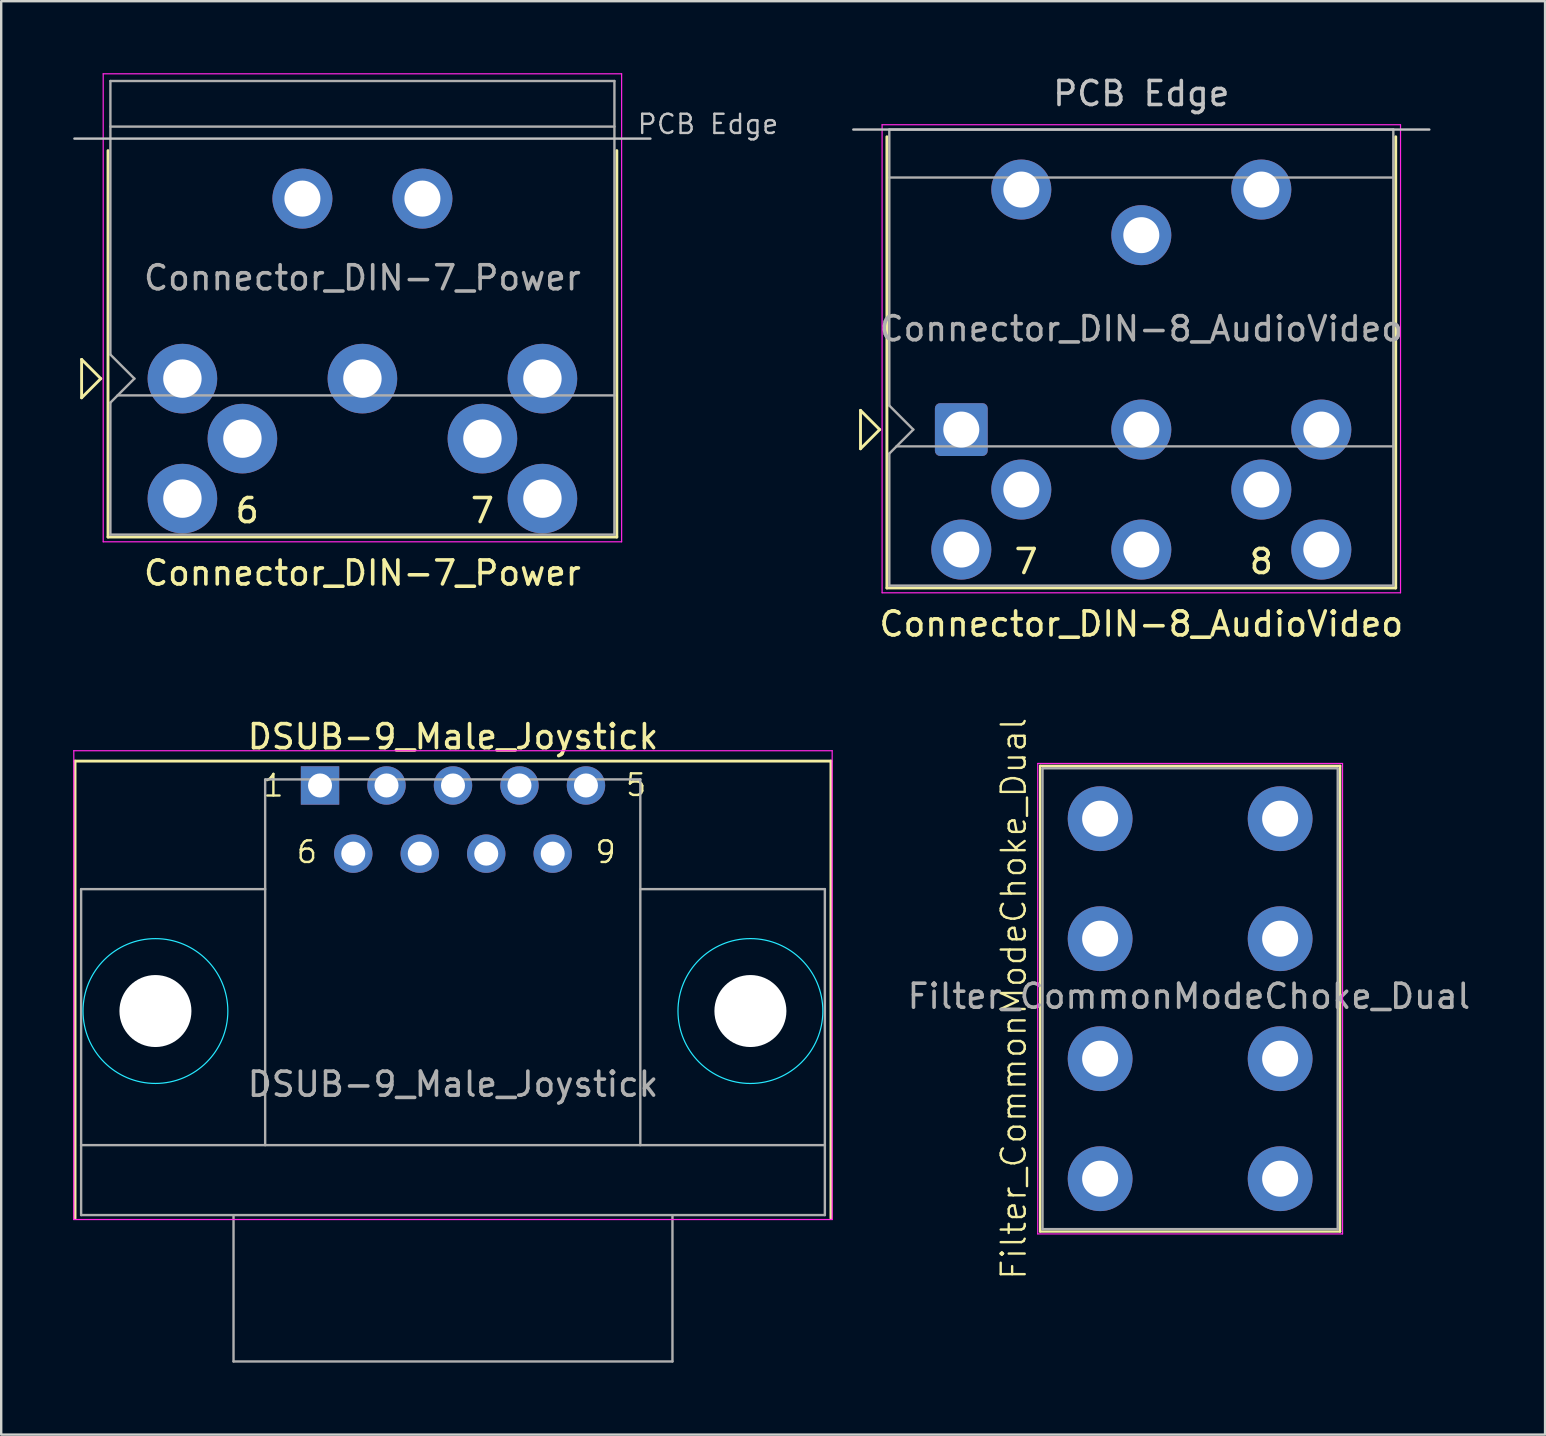
<source format=kicad_pcb>
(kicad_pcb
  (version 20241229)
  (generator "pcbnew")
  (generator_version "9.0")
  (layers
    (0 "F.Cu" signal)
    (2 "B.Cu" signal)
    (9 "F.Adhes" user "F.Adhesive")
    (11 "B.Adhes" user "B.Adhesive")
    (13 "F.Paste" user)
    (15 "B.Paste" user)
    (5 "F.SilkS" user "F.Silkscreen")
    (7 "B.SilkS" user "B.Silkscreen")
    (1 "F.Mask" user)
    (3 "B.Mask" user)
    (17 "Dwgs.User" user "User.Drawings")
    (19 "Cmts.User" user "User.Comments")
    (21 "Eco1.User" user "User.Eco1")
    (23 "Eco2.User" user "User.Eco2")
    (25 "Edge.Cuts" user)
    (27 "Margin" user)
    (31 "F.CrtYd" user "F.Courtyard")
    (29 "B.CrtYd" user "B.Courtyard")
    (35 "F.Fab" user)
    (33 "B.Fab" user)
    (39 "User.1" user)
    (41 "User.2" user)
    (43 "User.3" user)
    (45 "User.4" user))
  (footprint "Connector_DIN-8_AudioVideo"
    (layer "F.Cu")
    (at 37.003 14.848)
    (property "Reference" "Connector_DIN-8_AudioVideo" (at 7.5 8.1 180) (layer "F.SilkS") (effects (font (size 1 1) (thickness 0.15))))
    (attr through_hole)
    (fp_line (start -4.2 -0.8) (end -3.4 0) (stroke (width 0.12) (type solid)) (layer "F.SilkS"))
    (fp_line (start -4.2 0.8) (end -4.2 -0.8) (stroke (width 0.12) (type solid)) (layer "F.SilkS"))
    (fp_line (start -3.4 0) (end -4.2 0.8) (stroke (width 0.12) (type solid)) (layer "F.SilkS"))
    (fp_line (start -3.1 -12.2) (end -3.1 6.6) (stroke (width 0.12) (type solid)) (layer "F.SilkS"))
    (fp_line (start -3.1 6.6) (end 18.1 6.6) (stroke (width 0.12) (type solid)) (layer "F.SilkS"))
    (fp_line (start 18.1 6.6) (end 18.1 -12.2) (stroke (width 0.12) (type solid)) (layer "F.SilkS"))
    (fp_line (start -4.5 -12.5) (end 19.5 -12.5) (stroke (width 0.1) (type solid)) (layer "Dwgs.User"))
    (fp_line (start -3.3 -12.7) (end -3.3 6.8) (stroke (width 0.05) (type solid)) (layer "F.CrtYd"))
    (fp_line (start -3.3 6.8) (end 18.3 6.8) (stroke (width 0.05) (type solid)) (layer "F.CrtYd"))
    (fp_line (start 18.3 -12.7) (end -3.3 -12.7) (stroke (width 0.05) (type solid)) (layer "F.CrtYd"))
    (fp_line (start 18.3 6.8) (end 18.3 -12.7) (stroke (width 0.05) (type solid)) (layer "F.CrtYd"))
    (fp_line (start -3 -12.5) (end -3 -1) (stroke (width 0.1) (type solid)) (layer "F.Fab"))
    (fp_line (start -3 -12.5) (end 18 -12.5) (stroke (width 0.1) (type solid)) (layer "F.Fab"))
    (fp_line (start -3 -10.5) (end 18 -10.5) (stroke (width 0.1) (type solid)) (layer "F.Fab"))
    (fp_line (start -3 1) (end -3 6.5) (stroke (width 0.1) (type solid)) (layer "F.Fab"))
    (fp_line (start -3 6.5) (end 18 6.5) (stroke (width 0.1) (type solid)) (layer "F.Fab"))
    (fp_line (start -2 0) (end -3 -1) (stroke (width 0.1) (type solid)) (layer "F.Fab"))
    (fp_line (start -2 0) (end -3 1) (stroke (width 0.1) (type solid)) (layer "F.Fab"))
    (fp_line (start 18 -12.5) (end 18 6.5) (stroke (width 0.1) (type solid)) (layer "F.Fab"))
    (fp_line (start 18 0.7) (end -2.7 0.7) (stroke (width 0.1) (type solid)) (layer "F.Fab"))
    (fp_text user "8" (at 12.5 5.5 0) (layer "F.SilkS") (effects (font (size 1 1) (thickness 0.15))))
    (fp_text user "7" (at 2.7 5.5 0) (layer "F.SilkS") (effects (font (size 1 1) (thickness 0.15))))
    (fp_text user "PCB Edge" (at 7.5 -14 0) (layer "Dwgs.User") (effects (font (size 1 1) (thickness 0.15))))
    (fp_text user "${REFERENCE}" (at 7.5 -4.2 180) (layer "F.Fab") (effects (font (size 1 1) (thickness 0.15))))
    (pad "0" thru_hole circle (at 2.5 -10) (size 2.5 2.5) (drill 1.5) (layers "*.Cu" "*.Mask"))
    (pad "0" thru_hole circle (at 7.5 -8.1) (size 2.5 2.5) (drill 1.5) (layers "*.Cu" "*.Mask"))
    (pad "0" thru_hole circle (at 12.5 -10) (size 2.5 2.5) (drill 1.5) (layers "*.Cu" "*.Mask"))
    (pad "1" thru_hole roundrect (at 0 0) (size 2.2 2.2) (drill 1.5) (layers "*.Cu" "*.Mask") (roundrect_rratio 0.1))
    (pad "2" thru_hole circle (at 7.5 0) (size 2.5 2.5) (drill 1.5) (layers "*.Cu" "*.Mask"))
    (pad "3" thru_hole circle (at 15 0) (size 2.5 2.5) (drill 1.5) (layers "*.Cu" "*.Mask"))
    (pad "4" thru_hole circle (at 2.5 2.5) (size 2.5 2.5) (drill 1.5) (layers "*.Cu" "*.Mask"))
    (pad "5" thru_hole circle (at 12.5 2.5) (size 2.5 2.5) (drill 1.5) (layers "*.Cu" "*.Mask"))
    (pad "6" thru_hole circle (at 7.5 5) (size 2.5 2.5) (drill 1.5) (layers "*.Cu" "*.Mask"))
    (pad "7" thru_hole circle (at 0 5) (size 2.5 2.5) (drill 1.5) (layers "*.Cu" "*.Mask"))
    (pad "8" thru_hole circle (at 15 5) (size 2.5 2.5) (drill 1.5) (layers "*.Cu" "*.Mask")))
  (footprint "DSUB-9_Male_Joystick"
    (layer "F.Cu")
    (at 10.284 29.677)
    (property "Reference" "DSUB-9_Male_Joystick" (at 5.54 -2.032 0) (layer "F.SilkS") (effects (font (size 1 1) (thickness 0.15))))
    (attr through_hole)
    (fp_line (start -10.208 -1.016) (end 21.288 -1.016) (stroke (width 0.12) (type default)) (layer "F.SilkS"))
    (fp_line (start -10.208 18.034) (end -10.208 -1.016) (stroke (width 0.12) (type solid)) (layer "F.SilkS"))
    (fp_line (start 21.288 -1.016) (end 21.288 18.034) (stroke (width 0.12) (type solid)) (layer "F.SilkS"))
    (fp_circle (center -6.858 9.398) (end -3.841 9.398) (stroke (width 0.05) (type default)) (fill no) (layer "B.CrtYd"))
    (fp_circle (center 17.932 9.398) (end 20.95 9.398) (stroke (width 0.05) (type default)) (fill no) (layer "B.CrtYd"))
    (fp_line (start -10.259 -1.448) (end 21.339 -1.448) (stroke (width 0.05) (type solid)) (layer "F.CrtYd"))
    (fp_line (start -10.259 18.085) (end -10.259 -1.448) (stroke (width 0.05) (type default)) (layer "F.CrtYd"))
    (fp_line (start -10.259 18.085) (end 21.339 18.085) (stroke (width 0.05) (type default)) (layer "F.CrtYd"))
    (fp_line (start 21.339 -1.448) (end 21.339 18.085) (stroke (width 0.05) (type default)) (layer "F.CrtYd"))
    (fp_line (start -9.954 14.986) (end -9.954 4.318) (stroke (width 0.1) (type default)) (layer "F.Fab"))
    (fp_line (start -9.954 14.986) (end -9.954 17.9) (stroke (width 0.1) (type default)) (layer "F.Fab"))
    (fp_line (start -9.954 14.986) (end 21.034 14.986) (stroke (width 0.1) (type default)) (layer "F.Fab"))
    (fp_line (start -9.954 17.9) (end 21.034 17.9) (stroke (width 0.1) (type default)) (layer "F.Fab"))
    (fp_line (start -3.604 17.902) (end -3.604 23.998) (stroke (width 0.1) (type default)) (layer "F.Fab"))
    (fp_line (start -3.604 23.998) (end 14.684 23.998) (stroke (width 0.1) (type default)) (layer "F.Fab"))
    (fp_line (start -2.286 -0.254) (end -2.286 14.986) (stroke (width 0.1) (type default)) (layer "F.Fab"))
    (fp_line (start -2.286 4.318) (end -9.954 4.318) (stroke (width 0.1) (type default)) (layer "F.Fab"))
    (fp_line (start 13.345 -0.254) (end -2.265 -0.254) (stroke (width 0.1) (type solid)) (layer "F.Fab"))
    (fp_line (start 13.345 -0.254) (end 13.345 14.986) (stroke (width 0.1) (type default)) (layer "F.Fab"))
    (fp_line (start 14.684 17.902) (end 14.684 23.998) (stroke (width 0.1) (type default)) (layer "F.Fab"))
    (fp_line (start 21.034 4.318) (end 13.36 4.318) (stroke (width 0.1) (type default)) (layer "F.Fab"))
    (fp_line (start 21.034 14.986) (end 21.034 4.318) (stroke (width 0.1) (type default)) (layer "F.Fab"))
    (fp_line (start 21.034 14.986) (end 21.034 17.9) (stroke (width 0.1) (type default)) (layer "F.Fab"))
    (fp_text user "1" (at -2.438 0.533 0) (unlocked yes) (layer "F.SilkS") (effects (font (size 0.9 0.9) (thickness 0.1)) (justify left bottom)))
    (fp_text user "5" (at 12.675 0.508 0) (unlocked yes) (layer "F.SilkS") (effects (font (size 0.9 0.9) (thickness 0.1)) (justify left bottom)))
    (fp_text user "9" (at 11.405 3.302 0) (unlocked yes) (layer "F.SilkS") (effects (font (size 0.9 0.9) (thickness 0.1)) (justify left bottom)))
    (fp_text user "6" (at -1.041 3.302 0) (unlocked yes) (layer "F.SilkS") (effects (font (size 0.9 0.9) (thickness 0.1)) (justify left bottom)))
    (fp_text user "${REFERENCE}" (at 5.54 12.446 0) (layer "F.Fab") (effects (font (size 1 1) (thickness 0.15))))
    (pad "" np_thru_hole circle (at -6.858 9.398) (size 3 3) (drill 3) (layers "*.Cu" "*.Mask"))
    (pad "" np_thru_hole circle (at 17.932 9.398) (size 3 3) (drill 3) (layers "*.Cu" "*.Mask"))
    (pad "1" thru_hole rect (at 0 0) (size 1.6 1.6) (drill 1) (layers "*.Cu" "*.Mask"))
    (pad "2" thru_hole circle (at 2.77 0) (size 1.6 1.6) (drill 1) (layers "*.Cu" "*.Mask"))
    (pad "3" thru_hole circle (at 5.54 0) (size 1.6 1.6) (drill 1) (layers "*.Cu" "*.Mask"))
    (pad "4" thru_hole circle (at 8.31 0) (size 1.6 1.6) (drill 1) (layers "*.Cu" "*.Mask"))
    (pad "5" thru_hole circle (at 11.08 0) (size 1.6 1.6) (drill 1) (layers "*.Cu" "*.Mask"))
    (pad "6" thru_hole circle (at 1.385 2.84) (size 1.6 1.6) (drill 1) (layers "*.Cu" "*.Mask"))
    (pad "7" thru_hole circle (at 4.155 2.84) (size 1.6 1.6) (drill 1) (layers "*.Cu" "*.Mask"))
    (pad "8" thru_hole circle (at 6.925 2.84) (size 1.6 1.6) (drill 1) (layers "*.Cu" "*.Mask"))
    (pad "9" thru_hole circle (at 9.695 2.84) (size 1.6 1.6) (drill 1) (layers "*.Cu" "*.Mask")))
  (footprint "Connector_DIN-7_Power"
    (layer "F.Cu")
    (at 4.55 12.725)
    (property "Reference" "Connector_DIN-7_Power" (at 7.5 8.1 180) (layer "F.SilkS") (effects (font (size 1 1) (thickness 0.15))))
    (attr through_hole)
    (fp_line (start -4.2 -0.8) (end -3.4 0) (stroke (width 0.12) (type solid)) (layer "F.SilkS"))
    (fp_line (start -4.2 0.8) (end -4.2 -0.8) (stroke (width 0.12) (type solid)) (layer "F.SilkS"))
    (fp_line (start -3.4 0) (end -4.2 0.8) (stroke (width 0.12) (type solid)) (layer "F.SilkS"))
    (fp_line (start -3.1 -9.5) (end -3.1 6.6) (stroke (width 0.12) (type solid)) (layer "F.SilkS"))
    (fp_line (start -3.1 6.6) (end 18.1 6.6) (stroke (width 0.12) (type solid)) (layer "F.SilkS"))
    (fp_line (start 18.1 6.6) (end 18.1 -9.5) (stroke (width 0.12) (type solid)) (layer "F.SilkS"))
    (fp_line (start -4.5 -10) (end 19.5 -10) (stroke (width 0.1) (type solid)) (layer "Dwgs.User"))
    (fp_line (start -3.3 -12.7) (end -3.3 6.8) (stroke (width 0.05) (type solid)) (layer "F.CrtYd"))
    (fp_line (start -3.3 6.8) (end 18.3 6.8) (stroke (width 0.05) (type solid)) (layer "F.CrtYd"))
    (fp_line (start 18.3 -12.7) (end -3.3 -12.7) (stroke (width 0.05) (type solid)) (layer "F.CrtYd"))
    (fp_line (start 18.3 6.8) (end 18.3 -12.7) (stroke (width 0.05) (type solid)) (layer "F.CrtYd"))
    (fp_line (start -3 -12.4) (end -3 -1) (stroke (width 0.1) (type solid)) (layer "F.Fab"))
    (fp_line (start -3 -12.4) (end 18 -12.4) (stroke (width 0.1) (type solid)) (layer "F.Fab"))
    (fp_line (start -3 -10.5) (end 18 -10.5) (stroke (width 0.1) (type solid)) (layer "F.Fab"))
    (fp_line (start -3 1) (end -3 6.5) (stroke (width 0.1) (type solid)) (layer "F.Fab"))
    (fp_line (start -3 6.5) (end 18 6.5) (stroke (width 0.1) (type solid)) (layer "F.Fab"))
    (fp_line (start -2 0) (end -3 -1) (stroke (width 0.1) (type solid)) (layer "F.Fab"))
    (fp_line (start -2 0) (end -3 1) (stroke (width 0.1) (type solid)) (layer "F.Fab"))
    (fp_line (start 18 -12.4) (end 18 6.5) (stroke (width 0.1) (type solid)) (layer "F.Fab"))
    (fp_line (start 18 0.7) (end -2.7 0.7) (stroke (width 0.1) (type solid)) (layer "F.Fab"))
    (fp_text user "6" (at 2.7 5.5 0) (layer "F.SilkS") (effects (font (size 1 1) (thickness 0.15))))
    (fp_text user "7" (at 12.5 5.5 0) (layer "F.SilkS") (effects (font (size 1 1) (thickness 0.15))))
    (fp_text user "PCB Edge" (at 21.9 -10.6 0) (layer "Dwgs.User") (effects (font (size 0.8 0.8) (thickness 0.1))))
    (fp_text user "${REFERENCE}" (at 7.5 -4.2 180) (layer "F.Fab") (effects (font (size 1 1) (thickness 0.15))))
    (pad "0" thru_hole circle (at 5 -7.5) (size 2.5 2.5) (drill 1.5) (layers "*.Cu" "*.Mask"))
    (pad "0" thru_hole circle (at 10 -7.5) (size 2.5 2.5) (drill 1.5) (layers "*.Cu" "*.Mask"))
    (pad "1" thru_hole circle (at 0 0) (size 2.9 2.9) (drill 1.6) (layers "*.Cu" "*.Mask"))
    (pad "2" thru_hole circle (at 7.5 0) (size 2.9 2.9) (drill 1.6) (layers "*.Cu" "*.Mask"))
    (pad "3" thru_hole circle (at 15 0) (size 2.9 2.9) (drill 1.6) (layers "*.Cu" "*.Mask"))
    (pad "4" thru_hole circle (at 2.5 2.5) (size 2.9 2.9) (drill 1.6) (layers "*.Cu" "*.Mask"))
    (pad "5" thru_hole circle (at 12.5 2.5) (size 2.9 2.9) (drill 1.6) (layers "*.Cu" "*.Mask"))
    (pad "6" thru_hole circle (at 0 5) (size 2.9 2.9) (drill 1.6) (layers "*.Cu" "*.Mask"))
    (pad "7" thru_hole circle (at 15 5) (size 2.9 2.9) (drill 1.6) (layers "*.Cu" "*.Mask")))
  (footprint "Filter_CommonModeChoke_Dual"
    (layer "F.Cu")
    (at 50.287 46.061)
    (property "Reference" "Filter_CommonModeChoke_Dual" (at -11.1 -7.5 90) (unlocked yes) (layer "F.SilkS") (effects (font (size 1 1) (thickness 0.1))))
    (attr through_hole)
    (fp_line (start -10 -17.2) (end -10 2.2) (stroke (width 0.1) (type default)) (layer "F.SilkS"))
    (fp_line (start -10 -17.2) (end 2.5 -17.2) (stroke (width 0.1) (type default)) (layer "F.SilkS"))
    (fp_line (start -10 2.2) (end 2.5 2.2) (stroke (width 0.1) (type default)) (layer "F.SilkS"))
    (fp_line (start 2.5 2.2) (end 2.5 -17.2) (stroke (width 0.1) (type default)) (layer "F.SilkS"))
    (fp_line (start -10.1 -17.3) (end -10.1 2.3) (stroke (width 0.05) (type default)) (layer "F.CrtYd"))
    (fp_line (start -10.1 2.3) (end 2.6 2.3) (stroke (width 0.05) (type default)) (layer "F.CrtYd"))
    (fp_line (start 2.6 -17.3) (end -10.1 -17.3) (stroke (width 0.05) (type default)) (layer "F.CrtYd"))
    (fp_line (start 2.6 2.3) (end 2.6 -17.3) (stroke (width 0.05) (type default)) (layer "F.CrtYd"))
    (fp_line (start -9.9 -17.1) (end 2.4 -17.1) (stroke (width 0.1) (type default)) (layer "F.Fab"))
    (fp_line (start -9.9 2.1) (end -9.9 -17.1) (stroke (width 0.1) (type default)) (layer "F.Fab"))
    (fp_line (start 2.4 -17.1) (end 2.4 2.1) (stroke (width 0.1) (type default)) (layer "F.Fab"))
    (fp_line (start 2.4 2.1) (end -9.9 2.1) (stroke (width 0.1) (type default)) (layer "F.Fab"))
    (fp_text user "${REFERENCE}" (at -3.8 -7.6 0) (unlocked yes) (layer "F.Fab") (effects (font (size 1 1) (thickness 0.15))))
    (pad "1" thru_hole circle (at 0 0) (size 2.7 2.7) (drill 1.5) (layers "*.Cu" "*.Mask"))
    (pad "2" thru_hole circle (at 0 -5) (size 2.7 2.7) (drill 1.5) (layers "*.Cu" "*.Mask"))
    (pad "3" thru_hole circle (at 0 -10) (size 2.7 2.7) (drill 1.5) (layers "*.Cu" "*.Mask"))
    (pad "4" thru_hole circle (at 0 -15) (size 2.7 2.7) (drill 1.5) (layers "*.Cu" "*.Mask"))
    (pad "5" thru_hole circle (at -7.5 -15) (size 2.7 2.7) (drill 1.5) (layers "*.Cu" "*.Mask"))
    (pad "6" thru_hole circle (at -7.5 -10) (size 2.7 2.7) (drill 1.5) (layers "*.Cu" "*.Mask"))
    (pad "7" thru_hole circle (at -7.5 -5) (size 2.7 2.7) (drill 1.5) (layers "*.Cu" "*.Mask"))
    (pad "8" thru_hole circle (at -7.5 0) (size 2.7 2.7) (drill 1.5) (layers "*.Cu" "*.Mask")))
  (gr_rect
    (start -3 -3)
    (end 61.326 56.724)
    (stroke (width 0.1) (type default))
    (fill no)
    (layer "Edge.Cuts")))
</source>
